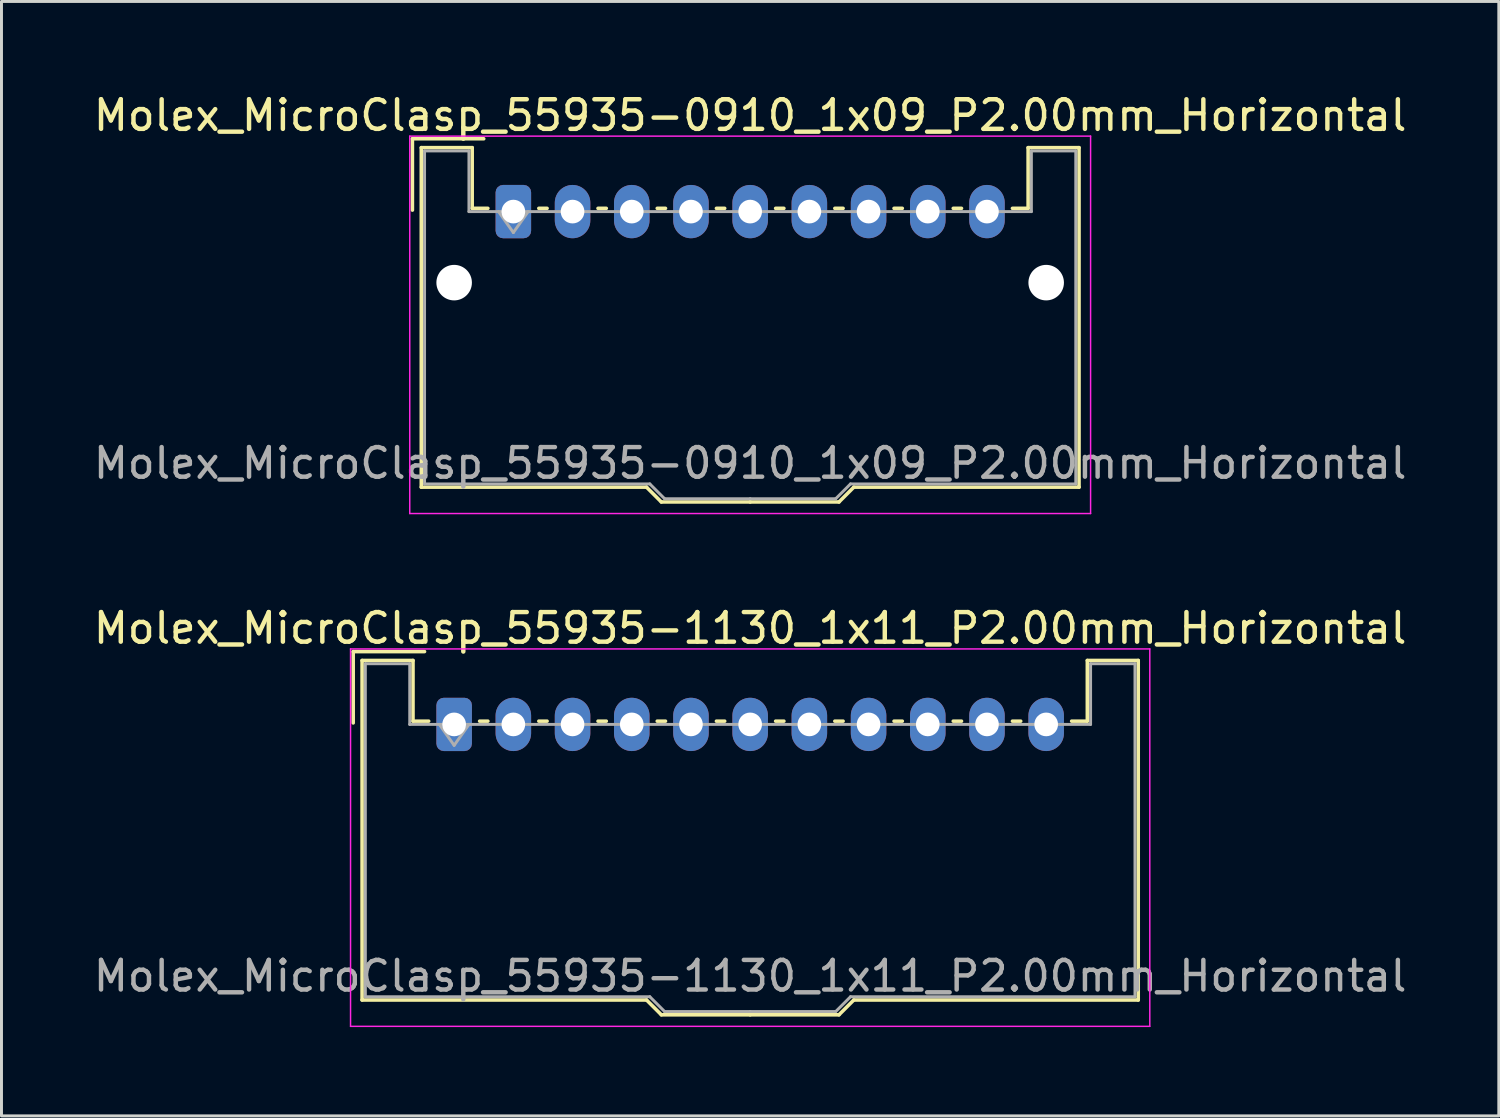
<source format=kicad_pcb>
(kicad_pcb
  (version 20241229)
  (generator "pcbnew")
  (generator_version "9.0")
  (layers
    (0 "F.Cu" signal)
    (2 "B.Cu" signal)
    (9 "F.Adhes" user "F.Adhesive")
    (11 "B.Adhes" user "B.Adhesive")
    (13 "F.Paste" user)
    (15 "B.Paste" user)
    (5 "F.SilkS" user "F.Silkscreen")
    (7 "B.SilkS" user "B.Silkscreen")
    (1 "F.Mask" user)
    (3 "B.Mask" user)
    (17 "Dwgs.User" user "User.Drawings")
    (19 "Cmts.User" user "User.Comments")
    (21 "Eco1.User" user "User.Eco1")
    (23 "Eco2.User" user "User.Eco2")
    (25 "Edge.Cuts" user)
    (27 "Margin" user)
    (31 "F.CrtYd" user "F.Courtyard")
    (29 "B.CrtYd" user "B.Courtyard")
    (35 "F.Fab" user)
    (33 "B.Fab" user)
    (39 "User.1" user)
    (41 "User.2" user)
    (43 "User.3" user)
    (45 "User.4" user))
  (footprint "Molex_MicroClasp_55935-0910_1x09_P2.00mm_Horizontal"
    (layer "F.Cu")
    (at 14.292 4.098)
    (property "Reference" "Molex_MicroClasp_55935-0910_1x09_P2.00mm_Horizontal" (at 8 -3.25 0) (layer "F.SilkS") (effects (font (size 1 1) (thickness 0.15))))
    (attr through_hole)
    (fp_line (start -3.41 -2.46) (end -1 -2.46) (stroke (width 0.12) (type solid)) (layer "F.SilkS"))
    (fp_line (start -3.41 -0.05) (end -3.41 -2.46) (stroke (width 0.12) (type solid)) (layer "F.SilkS"))
    (fp_line (start -3.11 -2.16) (end -1.39 -2.16) (stroke (width 0.12) (type solid)) (layer "F.SilkS"))
    (fp_line (start -3.11 9.31) (end -3.11 -2.16) (stroke (width 0.12) (type solid)) (layer "F.SilkS"))
    (fp_line (start -1.39 -2.16) (end -1.39 -0.11) (stroke (width 0.12) (type solid)) (layer "F.SilkS"))
    (fp_line (start -1.39 -0.11) (end -0.86 -0.11) (stroke (width 0.12) (type solid)) (layer "F.SilkS"))
    (fp_line (start 0.86 -0.11) (end 1.14 -0.11) (stroke (width 0.12) (type solid)) (layer "F.SilkS"))
    (fp_line (start 2.86 -0.11) (end 3.14 -0.11) (stroke (width 0.12) (type solid)) (layer "F.SilkS"))
    (fp_line (start 4.5 9.31) (end -3.11 9.31) (stroke (width 0.12) (type solid)) (layer "F.SilkS"))
    (fp_line (start 4.86 -0.11) (end 5.14 -0.11) (stroke (width 0.12) (type solid)) (layer "F.SilkS"))
    (fp_line (start 5 9.81) (end 4.5 9.31) (stroke (width 0.12) (type solid)) (layer "F.SilkS"))
    (fp_line (start 6.86 -0.11) (end 7.14 -0.11) (stroke (width 0.12) (type solid)) (layer "F.SilkS"))
    (fp_line (start 8 9.81) (end 5 9.81) (stroke (width 0.12) (type solid)) (layer "F.SilkS"))
    (fp_line (start 8 9.81) (end 11 9.81) (stroke (width 0.12) (type solid)) (layer "F.SilkS"))
    (fp_line (start 8.86 -0.11) (end 9.14 -0.11) (stroke (width 0.12) (type solid)) (layer "F.SilkS"))
    (fp_line (start 10.86 -0.11) (end 11.14 -0.11) (stroke (width 0.12) (type solid)) (layer "F.SilkS"))
    (fp_line (start 11 9.81) (end 11.5 9.31) (stroke (width 0.12) (type solid)) (layer "F.SilkS"))
    (fp_line (start 11.5 9.31) (end 19.11 9.31) (stroke (width 0.12) (type solid)) (layer "F.SilkS"))
    (fp_line (start 12.86 -0.11) (end 13.14 -0.11) (stroke (width 0.12) (type solid)) (layer "F.SilkS"))
    (fp_line (start 14.86 -0.11) (end 15.14 -0.11) (stroke (width 0.12) (type solid)) (layer "F.SilkS"))
    (fp_line (start 17.39 -2.16) (end 17.39 -0.11) (stroke (width 0.12) (type solid)) (layer "F.SilkS"))
    (fp_line (start 17.39 -0.11) (end 16.86 -0.11) (stroke (width 0.12) (type solid)) (layer "F.SilkS"))
    (fp_line (start 19.11 -2.16) (end 17.39 -2.16) (stroke (width 0.12) (type solid)) (layer "F.SilkS"))
    (fp_line (start 19.11 9.31) (end 19.11 -2.16) (stroke (width 0.12) (type solid)) (layer "F.SilkS"))
    (fp_line (start -3.5 -2.55) (end -3.5 10.2) (stroke (width 0.05) (type solid)) (layer "F.CrtYd"))
    (fp_line (start -3.5 10.2) (end 19.5 10.2) (stroke (width 0.05) (type solid)) (layer "F.CrtYd"))
    (fp_line (start 19.5 -2.55) (end -3.5 -2.55) (stroke (width 0.05) (type solid)) (layer "F.CrtYd"))
    (fp_line (start 19.5 10.2) (end 19.5 -2.55) (stroke (width 0.05) (type solid)) (layer "F.CrtYd"))
    (fp_line (start -3 -2.05) (end -1.5 -2.05) (stroke (width 0.1) (type solid)) (layer "F.Fab"))
    (fp_line (start -3 9.2) (end -3 -2.05) (stroke (width 0.1) (type solid)) (layer "F.Fab"))
    (fp_line (start -1.5 -2.05) (end -1.5 0) (stroke (width 0.1) (type solid)) (layer "F.Fab"))
    (fp_line (start -1.5 0) (end 8 0) (stroke (width 0.1) (type solid)) (layer "F.Fab"))
    (fp_line (start -0.5 0) (end 0 0.707) (stroke (width 0.1) (type solid)) (layer "F.Fab"))
    (fp_line (start 0 0.707) (end 0.5 0) (stroke (width 0.1) (type solid)) (layer "F.Fab"))
    (fp_line (start 4.61 9.2) (end -3 9.2) (stroke (width 0.1) (type solid)) (layer "F.Fab"))
    (fp_line (start 5.11 9.7) (end 4.61 9.2) (stroke (width 0.1) (type solid)) (layer "F.Fab"))
    (fp_line (start 8 9.7) (end 5.11 9.7) (stroke (width 0.1) (type solid)) (layer "F.Fab"))
    (fp_line (start 8 9.7) (end 10.89 9.7) (stroke (width 0.1) (type solid)) (layer "F.Fab"))
    (fp_line (start 10.89 9.7) (end 11.39 9.2) (stroke (width 0.1) (type solid)) (layer "F.Fab"))
    (fp_line (start 11.39 9.2) (end 19 9.2) (stroke (width 0.1) (type solid)) (layer "F.Fab"))
    (fp_line (start 17.5 -2.05) (end 17.5 0) (stroke (width 0.1) (type solid)) (layer "F.Fab"))
    (fp_line (start 17.5 0) (end 8 0) (stroke (width 0.1) (type solid)) (layer "F.Fab"))
    (fp_line (start 19 -2.05) (end 17.5 -2.05) (stroke (width 0.1) (type solid)) (layer "F.Fab"))
    (fp_line (start 19 9.2) (end 19 -2.05) (stroke (width 0.1) (type solid)) (layer "F.Fab"))
    (fp_text user "${REFERENCE}" (at 8 8.5 0) (layer "F.Fab") (effects (font (size 1 1) (thickness 0.15))))
    (pad "" np_thru_hole circle (at -2 2.4) (size 1.2 1.2) (drill 1.2) (layers "*.Cu" "*.Mask"))
    (pad "" np_thru_hole circle (at 18 2.4) (size 1.2 1.2) (drill 1.2) (layers "*.Cu" "*.Mask"))
    (pad "1" thru_hole roundrect (at 0 0) (size 1.2 1.8) (drill 0.8) (layers "*.Cu" "*.Mask") (roundrect_rratio 0.208))
    (pad "2" thru_hole oval (at 2 0) (size 1.2 1.8) (drill 0.8) (layers "*.Cu" "*.Mask"))
    (pad "3" thru_hole oval (at 4 0) (size 1.2 1.8) (drill 0.8) (layers "*.Cu" "*.Mask"))
    (pad "4" thru_hole oval (at 6 0) (size 1.2 1.8) (drill 0.8) (layers "*.Cu" "*.Mask"))
    (pad "5" thru_hole oval (at 8 0) (size 1.2 1.8) (drill 0.8) (layers "*.Cu" "*.Mask"))
    (pad "6" thru_hole oval (at 10 0) (size 1.2 1.8) (drill 0.8) (layers "*.Cu" "*.Mask"))
    (pad "7" thru_hole oval (at 12 0) (size 1.2 1.8) (drill 0.8) (layers "*.Cu" "*.Mask"))
    (pad "8" thru_hole oval (at 14 0) (size 1.2 1.8) (drill 0.8) (layers "*.Cu" "*.Mask"))
    (pad "9" thru_hole oval (at 16 0) (size 1.2 1.8) (drill 0.8) (layers "*.Cu" "*.Mask")))
  (footprint "Molex_MicroClasp_55935-1130_1x11_P2.00mm_Horizontal"
    (layer "F.Cu")
    (at 12.292 21.422)
    (property "Reference" "Molex_MicroClasp_55935-1130_1x11_P2.00mm_Horizontal" (at 10 -3.25 0) (layer "F.SilkS") (effects (font (size 1 1) (thickness 0.15))))
    (attr through_hole)
    (fp_line (start -3.41 -2.46) (end -1 -2.46) (stroke (width 0.12) (type solid)) (layer "F.SilkS"))
    (fp_line (start -3.41 -0.05) (end -3.41 -2.46) (stroke (width 0.12) (type solid)) (layer "F.SilkS"))
    (fp_line (start -3.11 -2.16) (end -1.39 -2.16) (stroke (width 0.12) (type solid)) (layer "F.SilkS"))
    (fp_line (start -3.11 9.31) (end -3.11 -2.16) (stroke (width 0.12) (type solid)) (layer "F.SilkS"))
    (fp_line (start -1.39 -2.16) (end -1.39 -0.11) (stroke (width 0.12) (type solid)) (layer "F.SilkS"))
    (fp_line (start -1.39 -0.11) (end -0.86 -0.11) (stroke (width 0.12) (type solid)) (layer "F.SilkS"))
    (fp_line (start 0.86 -0.11) (end 1.14 -0.11) (stroke (width 0.12) (type solid)) (layer "F.SilkS"))
    (fp_line (start 2.86 -0.11) (end 3.14 -0.11) (stroke (width 0.12) (type solid)) (layer "F.SilkS"))
    (fp_line (start 4.86 -0.11) (end 5.14 -0.11) (stroke (width 0.12) (type solid)) (layer "F.SilkS"))
    (fp_line (start 6.5 9.31) (end -3.11 9.31) (stroke (width 0.12) (type solid)) (layer "F.SilkS"))
    (fp_line (start 6.86 -0.11) (end 7.14 -0.11) (stroke (width 0.12) (type solid)) (layer "F.SilkS"))
    (fp_line (start 7 9.81) (end 6.5 9.31) (stroke (width 0.12) (type solid)) (layer "F.SilkS"))
    (fp_line (start 8.86 -0.11) (end 9.14 -0.11) (stroke (width 0.12) (type solid)) (layer "F.SilkS"))
    (fp_line (start 10 9.81) (end 7 9.81) (stroke (width 0.12) (type solid)) (layer "F.SilkS"))
    (fp_line (start 10 9.81) (end 13 9.81) (stroke (width 0.12) (type solid)) (layer "F.SilkS"))
    (fp_line (start 10.86 -0.11) (end 11.14 -0.11) (stroke (width 0.12) (type solid)) (layer "F.SilkS"))
    (fp_line (start 12.86 -0.11) (end 13.14 -0.11) (stroke (width 0.12) (type solid)) (layer "F.SilkS"))
    (fp_line (start 13 9.81) (end 13.5 9.31) (stroke (width 0.12) (type solid)) (layer "F.SilkS"))
    (fp_line (start 13.5 9.31) (end 23.11 9.31) (stroke (width 0.12) (type solid)) (layer "F.SilkS"))
    (fp_line (start 14.86 -0.11) (end 15.14 -0.11) (stroke (width 0.12) (type solid)) (layer "F.SilkS"))
    (fp_line (start 16.86 -0.11) (end 17.14 -0.11) (stroke (width 0.12) (type solid)) (layer "F.SilkS"))
    (fp_line (start 18.86 -0.11) (end 19.14 -0.11) (stroke (width 0.12) (type solid)) (layer "F.SilkS"))
    (fp_line (start 21.39 -2.16) (end 21.39 -0.11) (stroke (width 0.12) (type solid)) (layer "F.SilkS"))
    (fp_line (start 21.39 -0.11) (end 20.86 -0.11) (stroke (width 0.12) (type solid)) (layer "F.SilkS"))
    (fp_line (start 23.11 -2.16) (end 21.39 -2.16) (stroke (width 0.12) (type solid)) (layer "F.SilkS"))
    (fp_line (start 23.11 9.31) (end 23.11 -2.16) (stroke (width 0.12) (type solid)) (layer "F.SilkS"))
    (fp_line (start -3.5 -2.55) (end -3.5 10.2) (stroke (width 0.05) (type solid)) (layer "F.CrtYd"))
    (fp_line (start -3.5 10.2) (end 23.5 10.2) (stroke (width 0.05) (type solid)) (layer "F.CrtYd"))
    (fp_line (start 23.5 -2.55) (end -3.5 -2.55) (stroke (width 0.05) (type solid)) (layer "F.CrtYd"))
    (fp_line (start 23.5 10.2) (end 23.5 -2.55) (stroke (width 0.05) (type solid)) (layer "F.CrtYd"))
    (fp_line (start -3 -2.05) (end -1.5 -2.05) (stroke (width 0.1) (type solid)) (layer "F.Fab"))
    (fp_line (start -3 9.2) (end -3 -2.05) (stroke (width 0.1) (type solid)) (layer "F.Fab"))
    (fp_line (start -1.5 -2.05) (end -1.5 0) (stroke (width 0.1) (type solid)) (layer "F.Fab"))
    (fp_line (start -1.5 0) (end 10 0) (stroke (width 0.1) (type solid)) (layer "F.Fab"))
    (fp_line (start -0.5 0) (end 0 0.707) (stroke (width 0.1) (type solid)) (layer "F.Fab"))
    (fp_line (start 0 0.707) (end 0.5 0) (stroke (width 0.1) (type solid)) (layer "F.Fab"))
    (fp_line (start 6.61 9.2) (end -3 9.2) (stroke (width 0.1) (type solid)) (layer "F.Fab"))
    (fp_line (start 7.11 9.7) (end 6.61 9.2) (stroke (width 0.1) (type solid)) (layer "F.Fab"))
    (fp_line (start 10 9.7) (end 7.11 9.7) (stroke (width 0.1) (type solid)) (layer "F.Fab"))
    (fp_line (start 10 9.7) (end 12.89 9.7) (stroke (width 0.1) (type solid)) (layer "F.Fab"))
    (fp_line (start 12.89 9.7) (end 13.39 9.2) (stroke (width 0.1) (type solid)) (layer "F.Fab"))
    (fp_line (start 13.39 9.2) (end 23 9.2) (stroke (width 0.1) (type solid)) (layer "F.Fab"))
    (fp_line (start 21.5 -2.05) (end 21.5 0) (stroke (width 0.1) (type solid)) (layer "F.Fab"))
    (fp_line (start 21.5 0) (end 10 0) (stroke (width 0.1) (type solid)) (layer "F.Fab"))
    (fp_line (start 23 -2.05) (end 21.5 -2.05) (stroke (width 0.1) (type solid)) (layer "F.Fab"))
    (fp_line (start 23 9.2) (end 23 -2.05) (stroke (width 0.1) (type solid)) (layer "F.Fab"))
    (fp_text user "${REFERENCE}" (at 10 8.5 0) (layer "F.Fab") (effects (font (size 1 1) (thickness 0.15))))
    (pad "1" thru_hole roundrect (at 0 0) (size 1.2 1.8) (drill 0.8) (layers "*.Cu" "*.Mask") (roundrect_rratio 0.208))
    (pad "2" thru_hole oval (at 2 0) (size 1.2 1.8) (drill 0.8) (layers "*.Cu" "*.Mask"))
    (pad "3" thru_hole oval (at 4 0) (size 1.2 1.8) (drill 0.8) (layers "*.Cu" "*.Mask"))
    (pad "4" thru_hole oval (at 6 0) (size 1.2 1.8) (drill 0.8) (layers "*.Cu" "*.Mask"))
    (pad "5" thru_hole oval (at 8 0) (size 1.2 1.8) (drill 0.8) (layers "*.Cu" "*.Mask"))
    (pad "6" thru_hole oval (at 10 0) (size 1.2 1.8) (drill 0.8) (layers "*.Cu" "*.Mask"))
    (pad "7" thru_hole oval (at 12 0) (size 1.2 1.8) (drill 0.8) (layers "*.Cu" "*.Mask"))
    (pad "8" thru_hole oval (at 14 0) (size 1.2 1.8) (drill 0.8) (layers "*.Cu" "*.Mask"))
    (pad "9" thru_hole oval (at 16 0) (size 1.2 1.8) (drill 0.8) (layers "*.Cu" "*.Mask"))
    (pad "10" thru_hole oval (at 18 0) (size 1.2 1.8) (drill 0.8) (layers "*.Cu" "*.Mask"))
    (pad "11" thru_hole oval (at 20 0) (size 1.2 1.8) (drill 0.8) (layers "*.Cu" "*.Mask")))
  (gr_rect
    (start -3 -3)
    (end 47.583 34.647)
    (stroke (width 0.1) (type default))
    (fill no)
    (layer "Edge.Cuts")))
</source>
